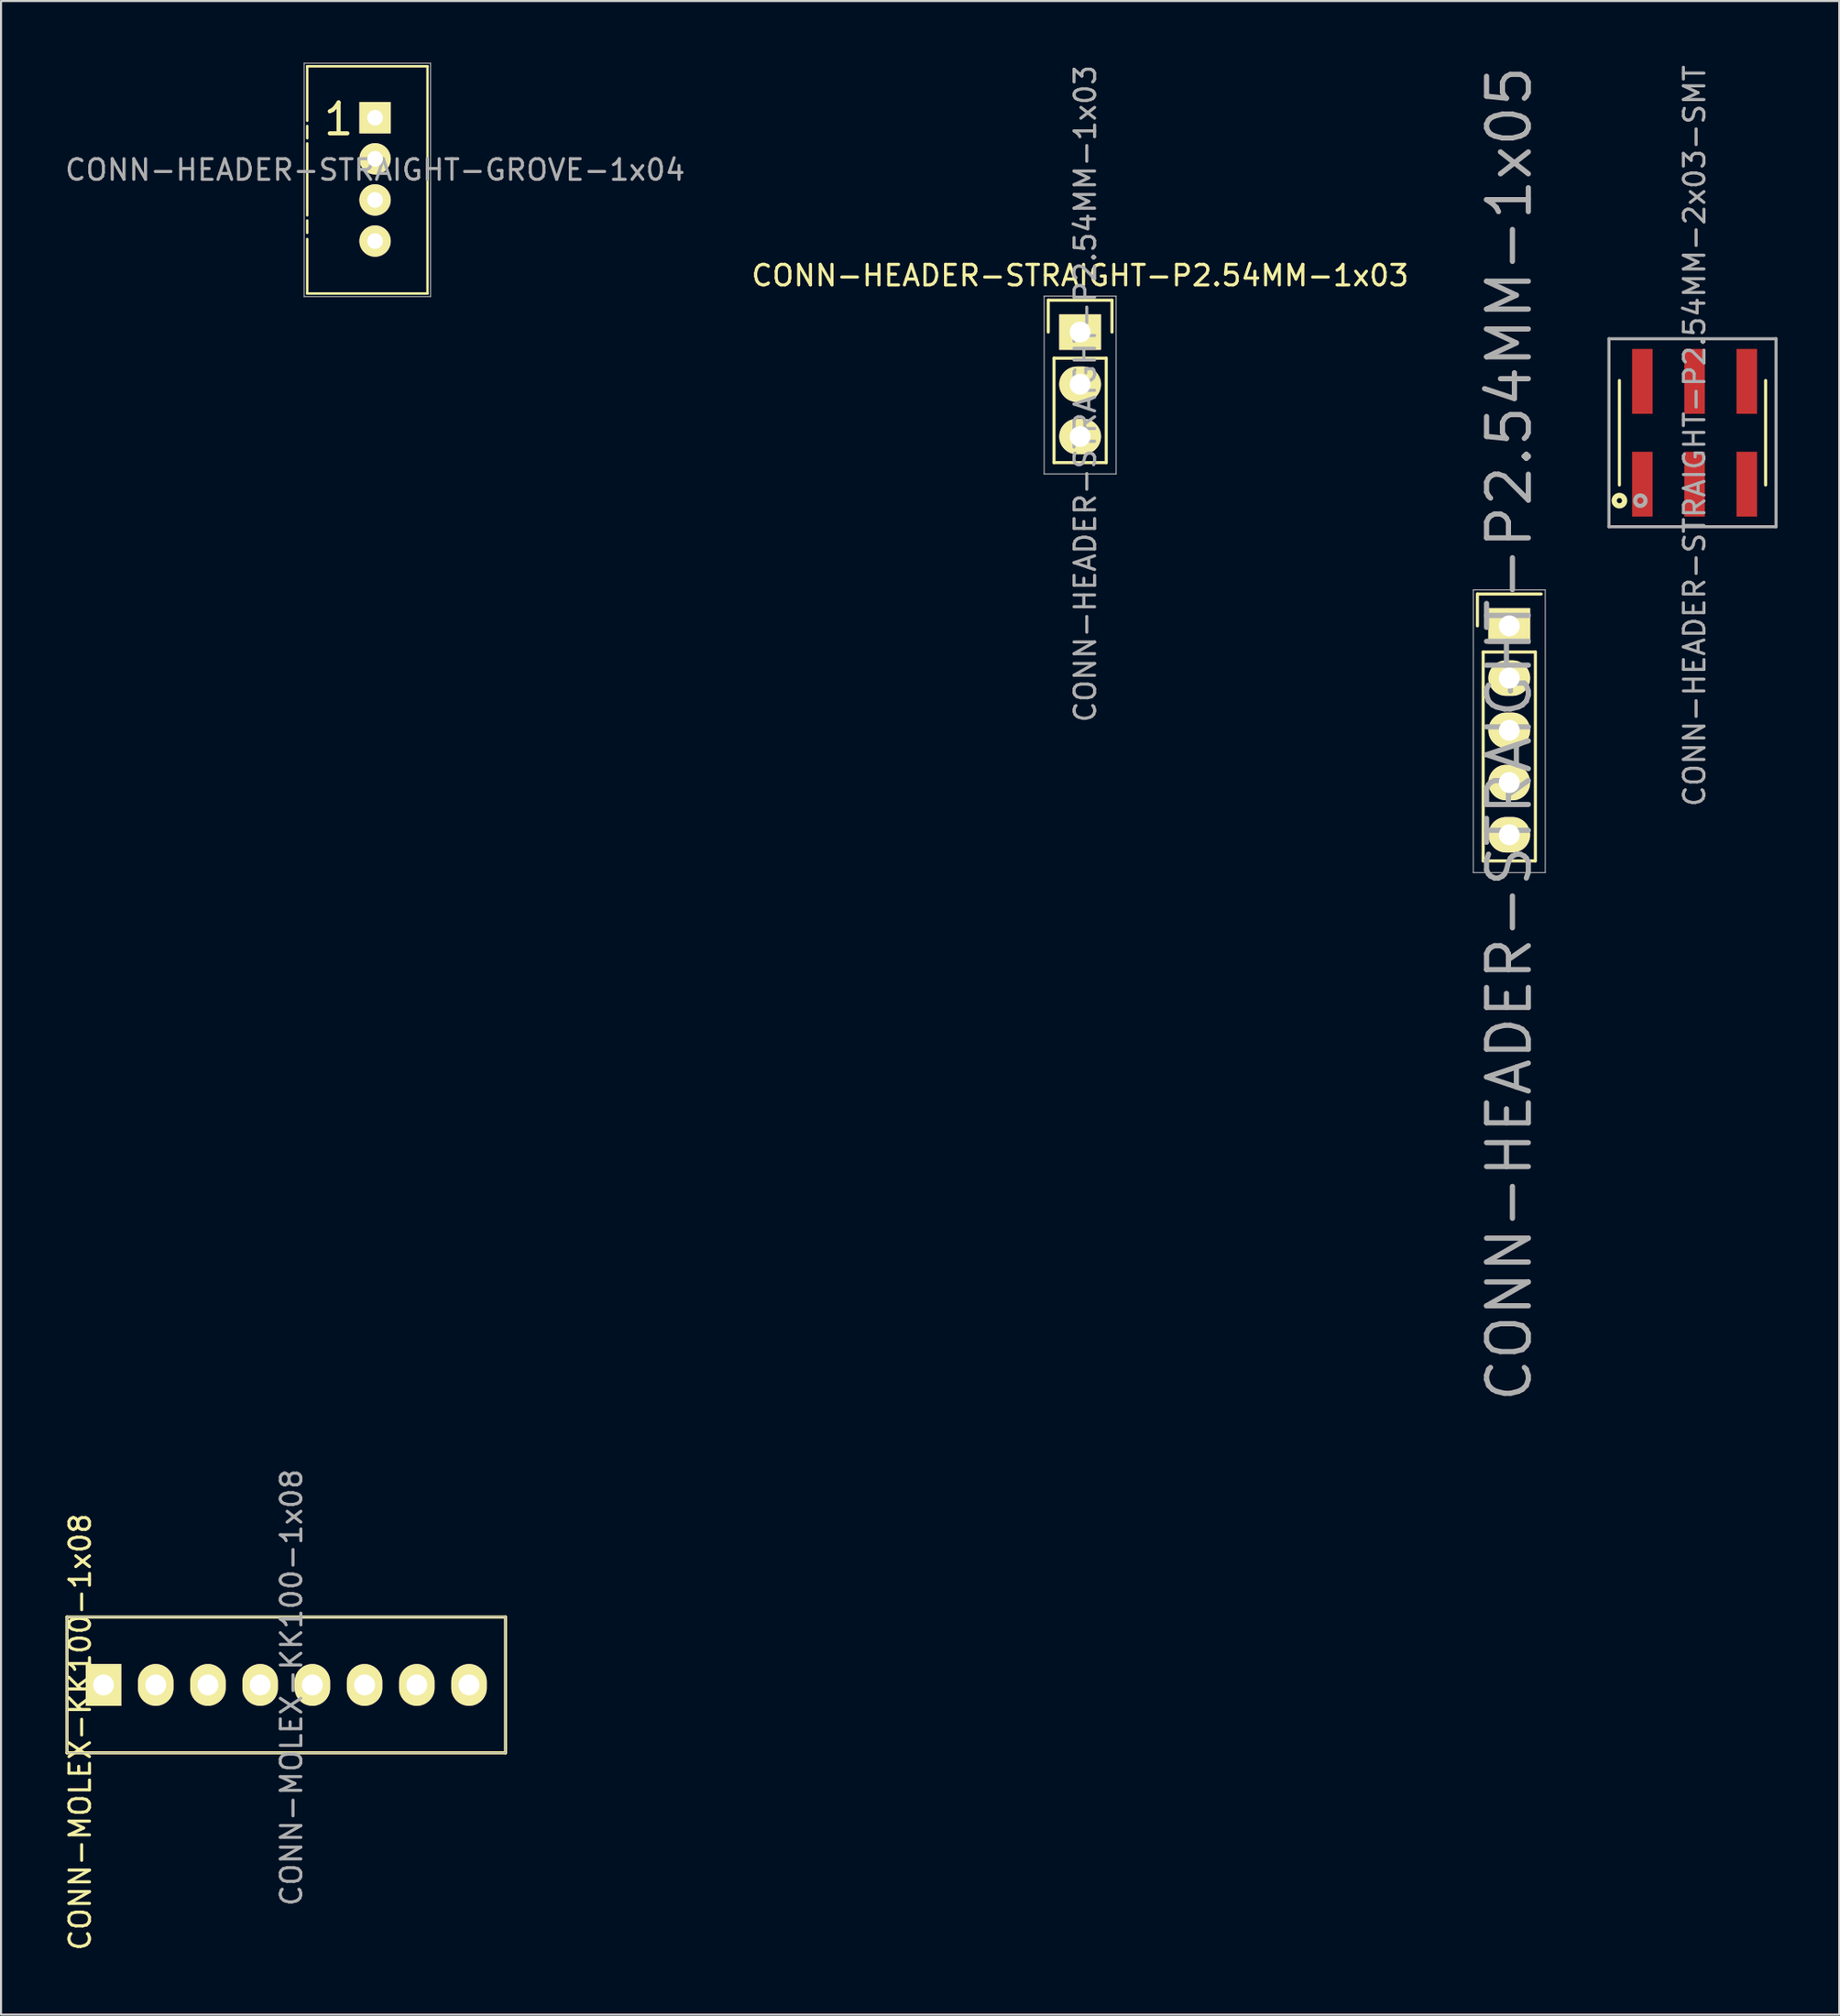
<source format=kicad_pcb>
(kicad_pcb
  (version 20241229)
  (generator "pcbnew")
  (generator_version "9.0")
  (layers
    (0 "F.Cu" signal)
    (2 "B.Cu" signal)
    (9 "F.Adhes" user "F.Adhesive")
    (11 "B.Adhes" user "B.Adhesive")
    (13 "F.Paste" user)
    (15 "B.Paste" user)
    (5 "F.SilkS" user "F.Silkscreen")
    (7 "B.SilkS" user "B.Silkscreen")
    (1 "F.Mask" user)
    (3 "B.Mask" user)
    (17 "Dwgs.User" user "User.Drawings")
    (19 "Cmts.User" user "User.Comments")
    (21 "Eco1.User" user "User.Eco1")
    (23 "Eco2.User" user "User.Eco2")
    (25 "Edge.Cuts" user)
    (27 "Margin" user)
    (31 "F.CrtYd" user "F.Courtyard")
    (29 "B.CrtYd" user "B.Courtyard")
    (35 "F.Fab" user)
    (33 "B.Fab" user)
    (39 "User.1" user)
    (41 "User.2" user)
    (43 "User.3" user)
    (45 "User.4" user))
  (footprint "CONN-HEADER-STRAIGHT-GROVE-1x04"
    (layer "F.Cu")
    (at 15.196 2.675)
    (property "Reference" "CONN-HEADER-STRAIGHT-GROVE-1x04" (at 0 2.54 0) (layer "F.Fab") (effects (font (size 1 1) (thickness 0.15))))
    (attr through_hole)
    (fp_line (start -3.3 -2.5) (end -3.3 0.15) (stroke (width 0.12) (type solid)) (layer "F.SilkS"))
    (fp_line (start -3.3 -2.5) (end 2.55 -2.5) (stroke (width 0.12) (type solid)) (layer "F.SilkS"))
    (fp_line (start -3.3 0.4) (end -3.3 1) (stroke (width 0.12) (type solid)) (layer "F.SilkS"))
    (fp_line (start -3.3 1.25) (end -3.3 4.75) (stroke (width 0.12) (type solid)) (layer "F.SilkS"))
    (fp_line (start -3.3 5) (end -3.3 5.6) (stroke (width 0.12) (type solid)) (layer "F.SilkS"))
    (fp_line (start -3.3 5.9) (end -3.3 8.55) (stroke (width 0.12) (type solid)) (layer "F.SilkS"))
    (fp_line (start -3.3 8.55) (end 2.55 8.55) (stroke (width 0.12) (type solid)) (layer "F.SilkS"))
    (fp_line (start 2.55 -2.5) (end 2.55 8.55) (stroke (width 0.12) (type solid)) (layer "F.SilkS"))
    (fp_line (start -3.45 -2.65) (end -3.45 8.7) (stroke (width 0.05) (type solid)) (layer "F.Fab"))
    (fp_line (start -3.45 -2.65) (end 2.7 -2.65) (stroke (width 0.05) (type solid)) (layer "F.Fab"))
    (fp_line (start -3.45 8.7) (end 2.7 8.7) (stroke (width 0.05) (type solid)) (layer "F.Fab"))
    (fp_line (start 2.7 8.7) (end 2.7 -2.65) (stroke (width 0.05) (type solid)) (layer "F.Fab"))
    (fp_text user "1" (at -1.775 0.075 0) (layer "F.SilkS") (effects (font (size 1.5 1.5) (thickness 0.2))))
    (pad "1" thru_hole rect (at 0 0) (size 1.524 1.524) (drill 0.762) (layers "*.Cu" "*.Mask" "F.SilkS"))
    (pad "2" thru_hole circle (at 0 2) (size 1.524 1.524) (drill 0.762) (layers "*.Cu" "*.Mask" "F.SilkS"))
    (pad "3" thru_hole circle (at 0 4) (size 1.524 1.524) (drill 0.762) (layers "*.Cu" "*.Mask" "F.SilkS"))
    (pad "4" thru_hole circle (at 0 6) (size 1.524 1.524) (drill 0.762) (layers "*.Cu" "*.Mask" "F.SilkS")))
  (footprint "CONN-HEADER-STRAIGHT-P2.54MM-1x03"
    (layer "F.Cu")
    (at 49.494 13.101)
    (property "Reference" "CONN-HEADER-STRAIGHT-P2.54MM-1x03" (at 0.25 3 90) (layer "F.Fab") (effects (font (size 1 1) (thickness 0.15))))
    (attr through_hole)
    (fp_line (start -1.55 -1.55) (end 1.55 -1.55) (stroke (width 0.15) (type solid)) (layer "F.SilkS"))
    (fp_line (start -1.55 0) (end -1.55 -1.55) (stroke (width 0.15) (type solid)) (layer "F.SilkS"))
    (fp_line (start -1.27 1.27) (end -1.27 6.35) (stroke (width 0.15) (type solid)) (layer "F.SilkS"))
    (fp_line (start -1.27 6.35) (end 1.27 6.35) (stroke (width 0.15) (type solid)) (layer "F.SilkS"))
    (fp_line (start 1.27 1.27) (end -1.27 1.27) (stroke (width 0.15) (type solid)) (layer "F.SilkS"))
    (fp_line (start 1.27 6.35) (end 1.27 1.27) (stroke (width 0.15) (type solid)) (layer "F.SilkS"))
    (fp_line (start 1.55 -1.55) (end 1.55 0) (stroke (width 0.15) (type solid)) (layer "F.SilkS"))
    (fp_line (start -1.75 -1.75) (end -1.75 6.9) (stroke (width 0.051) (type solid)) (layer "F.Fab"))
    (fp_line (start 1.75 -1.75) (end -1.75 -1.75) (stroke (width 0.051) (type solid)) (layer "F.Fab"))
    (fp_line (start 1.75 -1.75) (end 1.75 6.9) (stroke (width 0.051) (type solid)) (layer "F.Fab"))
    (fp_line (start 1.75 6.9) (end -1.75 6.9) (stroke (width 0.051) (type solid)) (layer "F.Fab"))
    (fp_text user "${REFERENCE}" (at 0 -2.75 0) (layer "F.SilkS") (effects (font (size 1 1) (thickness 0.15))))
    (pad "1" thru_hole rect (at 0 0) (size 2.032 1.727) (drill 1.016) (layers "*.Cu" "*.Mask" "F.SilkS"))
    (pad "2" thru_hole oval (at 0 2.54) (size 2.032 1.727) (drill 1.016) (layers "*.Cu" "*.Mask" "F.SilkS"))
    (pad "3" thru_hole oval (at 0 5.08) (size 2.032 1.727) (drill 1.016) (layers "*.Cu" "*.Mask" "F.SilkS")))
  (footprint "CONN-HEADER-STRAIGHT-P2.54MM-1x05"
    (layer "F.Cu")
    (at 70.371 27.391)
    (property "Reference" "CONN-HEADER-STRAIGHT-P2.54MM-1x05" (at 0 5.25 90) (layer "F.Fab") (effects (font (size 2.032 2.032) (thickness 0.254))))
    (attr through_hole)
    (fp_line (start -1.55 -1.55) (end 1.55 -1.55) (stroke (width 0.15) (type solid)) (layer "F.SilkS"))
    (fp_line (start -1.55 0) (end -1.55 -1.55) (stroke (width 0.15) (type solid)) (layer "F.SilkS"))
    (fp_line (start -1.27 11.43) (end -1.27 1.27) (stroke (width 0.15) (type solid)) (layer "F.SilkS"))
    (fp_line (start 1.27 1.27) (end -1.27 1.27) (stroke (width 0.15) (type solid)) (layer "F.SilkS"))
    (fp_line (start 1.27 1.27) (end 1.27 11.43) (stroke (width 0.15) (type solid)) (layer "F.SilkS"))
    (fp_line (start 1.27 11.43) (end -1.27 11.43) (stroke (width 0.15) (type solid)) (layer "F.SilkS"))
    (fp_line (start -1.75 -1.75) (end -1.75 12) (stroke (width 0.051) (type solid)) (layer "F.Fab"))
    (fp_line (start -1.75 12) (end 1.75 12) (stroke (width 0.051) (type solid)) (layer "F.Fab"))
    (fp_line (start 1.75 -1.75) (end -1.75 -1.75) (stroke (width 0.051) (type solid)) (layer "F.Fab"))
    (fp_line (start 1.75 12) (end 1.75 -1.75) (stroke (width 0.051) (type solid)) (layer "F.Fab"))
    (pad "1" thru_hole rect (at 0 0) (size 2.032 1.727) (drill 1.016) (layers "*.Cu" "*.Mask" "F.SilkS"))
    (pad "2" thru_hole oval (at 0 2.54) (size 2.032 1.727) (drill 1.016) (layers "*.Cu" "*.Mask" "F.SilkS"))
    (pad "3" thru_hole oval (at 0 5.08) (size 2.032 1.727) (drill 1.016) (layers "*.Cu" "*.Mask" "F.SilkS"))
    (pad "4" thru_hole oval (at 0 7.62) (size 2.032 1.727) (drill 1.016) (layers "*.Cu" "*.Mask" "F.SilkS"))
    (pad "5" thru_hole oval (at 0 10.16) (size 2.032 1.727) (drill 1.016) (layers "*.Cu" "*.Mask" "F.SilkS")))
  (footprint "CONN-HEADER-STRAIGHT-P2.54MM-2x03-SMT"
    (layer "F.Cu")
    (at 76.745 17.998)
    (property "Reference" "CONN-HEADER-STRAIGHT-P2.54MM-2x03-SMT" (at 2.641 0.151 90) (layer "F.Fab") (effects (font (size 1 1) (thickness 0.15))))
    (attr through_hole)
    (fp_line (start -1.016 -2.54) (end -1.016 2.54) (stroke (width 0.15) (type solid)) (layer "F.SilkS"))
    (fp_line (start 6.096 -2.54) (end 6.096 2.54) (stroke (width 0.15) (type solid)) (layer "F.SilkS"))
    (fp_circle (center -1.016 3.302) (end -0.762 3.302) (stroke (width 0.254) (type solid)) (fill no) (layer "F.SilkS"))
    (fp_line (start -1.524 -4.572) (end 6.604 -4.572) (stroke (width 0.15) (type solid)) (layer "F.Fab"))
    (fp_line (start -1.524 4.572) (end -1.524 -4.572) (stroke (width 0.15) (type solid)) (layer "F.Fab"))
    (fp_line (start 6.604 -4.572) (end 6.604 4.572) (stroke (width 0.15) (type solid)) (layer "F.Fab"))
    (fp_line (start 6.604 4.572) (end -1.524 4.572) (stroke (width 0.15) (type solid)) (layer "F.Fab"))
    (fp_circle (center 0 3.302) (end 0.254 3.302) (stroke (width 0.2) (type solid)) (fill no) (layer "F.Fab"))
    (pad "1" smd rect (at 0.101 2.5 180) (size 1 3.15) (layers "F.Cu" "F.Mask" "F.Paste"))
    (pad "2" smd rect (at 0.101 -2.5 180) (size 1 3.15) (layers "F.Cu" "F.Mask" "F.Paste"))
    (pad "3" smd rect (at 2.641 2.5 180) (size 1 3.15) (layers "F.Cu" "F.Mask" "F.Paste"))
    (pad "4" smd rect (at 2.641 -2.5 180) (size 1 3.15) (layers "F.Cu" "F.Mask" "F.Paste"))
    (pad "5" smd rect (at 5.181 2.5 180) (size 1 3.15) (layers "F.Cu" "F.Mask" "F.Paste"))
    (pad "6" smd rect (at 5.181 -2.5 180) (size 1 3.15) (layers "F.Cu" "F.Mask" "F.Paste")))
  (footprint "CONN-MOLEX-KK100-1x08"
    (layer "F.Cu")
    (at 1.986 78.9)
    (property "Reference" "CONN-MOLEX-KK100-1x08" (at 9.144 0.127 90) (layer "F.Fab") (effects (font (size 1 1) (thickness 0.15))))
    (attr through_hole)
    (fp_line (start -1.778 -3.302) (end -1.778 3.302) (stroke (width 0.152) (type solid)) (layer "F.SilkS"))
    (fp_line (start -1.778 3.302) (end 19.558 3.302) (stroke (width 0.152) (type solid)) (layer "F.SilkS"))
    (fp_line (start 19.558 -3.302) (end -1.778 -3.302) (stroke (width 0.152) (type solid)) (layer "F.SilkS"))
    (fp_line (start 19.558 3.302) (end 19.558 -3.302) (stroke (width 0.152) (type solid)) (layer "F.SilkS"))
    (fp_line (start -1.778 -3.302) (end -1.778 3.302) (stroke (width 0.05) (type solid)) (layer "F.Fab"))
    (fp_line (start -1.778 3.302) (end 19.558 3.302) (stroke (width 0.05) (type solid)) (layer "F.Fab"))
    (fp_line (start 19.558 -3.302) (end -1.778 -3.302) (stroke (width 0.05) (type solid)) (layer "F.Fab"))
    (fp_line (start 19.558 3.302) (end 19.558 -3.302) (stroke (width 0.05) (type solid)) (layer "F.Fab"))
    (fp_text user "${REFERENCE}" (at -1.138 2.291 90) (layer "F.SilkS") (effects (font (size 1 1) (thickness 0.15))))
    (pad "1" thru_hole rect (at 0 0) (size 1.727 2.032) (drill 1.016) (layers "*.Cu" "*.Mask" "F.SilkS"))
    (pad "2" thru_hole oval (at 2.54 0) (size 1.727 2.032) (drill 1.016) (layers "*.Cu" "*.Mask" "F.SilkS"))
    (pad "3" thru_hole oval (at 5.08 0) (size 1.727 2.032) (drill 1.016) (layers "*.Cu" "*.Mask" "F.SilkS"))
    (pad "4" thru_hole oval (at 7.62 0) (size 1.727 2.032) (drill 1.016) (layers "*.Cu" "*.Mask" "F.SilkS"))
    (pad "5" thru_hole oval (at 10.16 0) (size 1.727 2.032) (drill 1.016) (layers "*.Cu" "*.Mask" "F.SilkS"))
    (pad "6" thru_hole oval (at 12.7 0) (size 1.727 2.032) (drill 1.016) (layers "*.Cu" "*.Mask" "F.SilkS"))
    (pad "7" thru_hole oval (at 15.24 0) (size 1.727 2.032) (drill 1.016) (layers "*.Cu" "*.Mask" "F.SilkS"))
    (pad "8" thru_hole oval (at 17.78 0) (size 1.727 2.032) (drill 1.016) (layers "*.Cu" "*.Mask" "F.SilkS")))
  (gr_rect
    (start -3 -3)
    (end 86.424 94.935)
    (stroke (width 0.1) (type default))
    (fill no)
    (layer "Edge.Cuts")))
</source>
